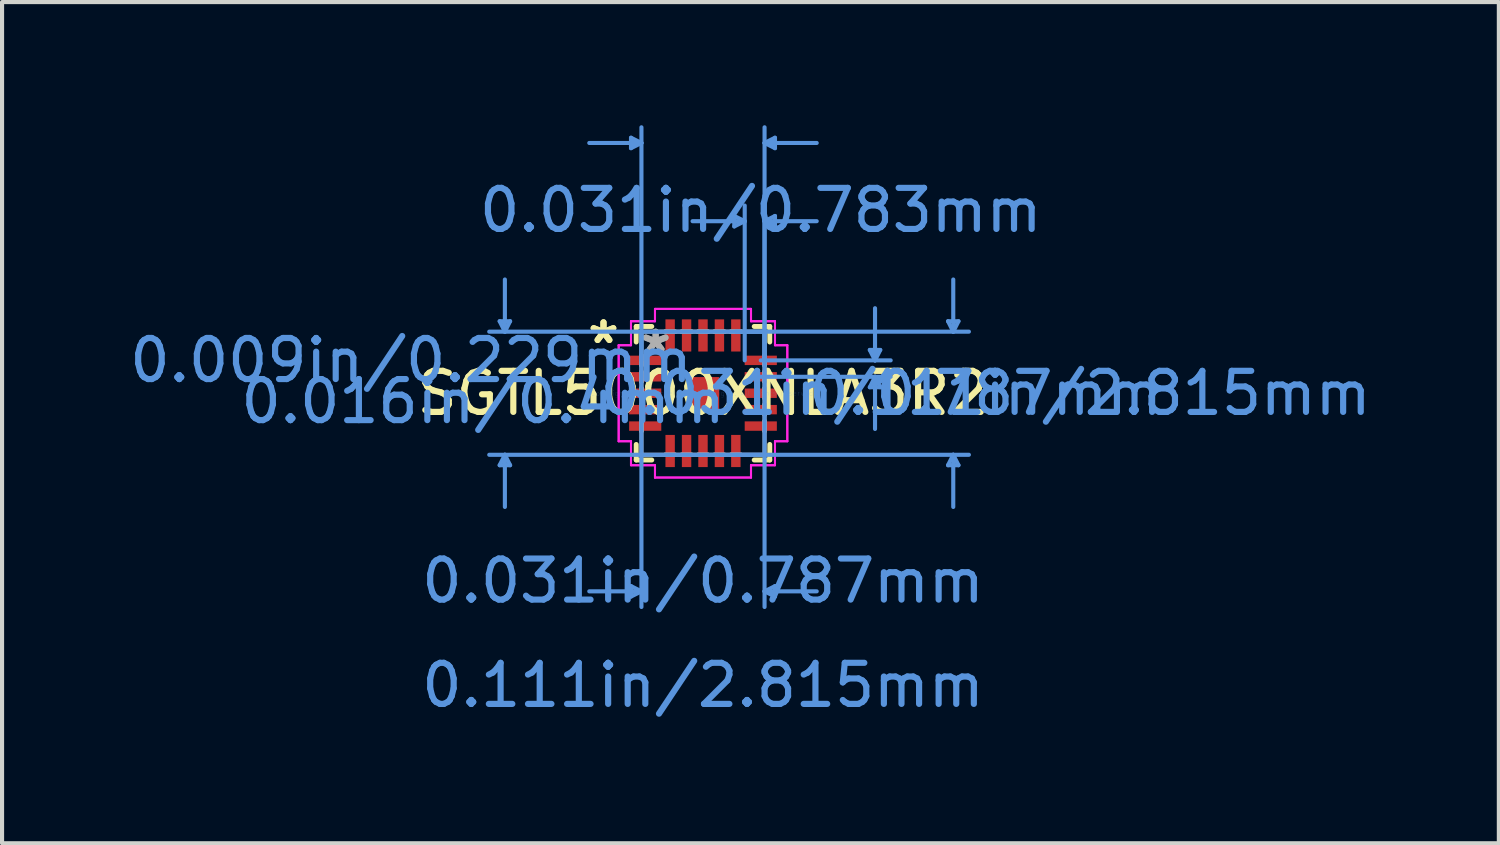
<source format=kicad_pcb>
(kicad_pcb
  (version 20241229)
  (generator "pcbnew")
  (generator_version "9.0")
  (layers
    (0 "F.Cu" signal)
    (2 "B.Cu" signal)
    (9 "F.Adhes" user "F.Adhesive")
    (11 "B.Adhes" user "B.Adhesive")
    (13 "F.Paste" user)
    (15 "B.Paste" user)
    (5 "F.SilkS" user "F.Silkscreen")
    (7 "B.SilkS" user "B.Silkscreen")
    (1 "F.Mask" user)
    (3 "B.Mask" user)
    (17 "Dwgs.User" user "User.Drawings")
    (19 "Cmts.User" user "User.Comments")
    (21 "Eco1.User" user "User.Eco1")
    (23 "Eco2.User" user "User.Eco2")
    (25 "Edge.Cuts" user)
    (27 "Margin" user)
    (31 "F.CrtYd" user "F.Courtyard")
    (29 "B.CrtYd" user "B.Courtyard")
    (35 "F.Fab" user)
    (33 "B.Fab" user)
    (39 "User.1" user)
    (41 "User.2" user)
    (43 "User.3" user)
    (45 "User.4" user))
  (footprint "SGTL5000XNLA3R2"
    (layer "F.Cu")
    (at 14.068 6.525)
    (property "Reference" "SGTL5000XNLA3R2" (at 0 0 0) (layer "F.SilkS") (effects (font (size 1 1) (thickness 0.15))))
    (attr through_hole)
    (fp_line (start -1.626 -1.626) (end -1.626 -1.247) (stroke (width 0.12) (type solid)) (layer "F.SilkS"))
    (fp_line (start -1.626 1.247) (end -1.626 1.626) (stroke (width 0.12) (type solid)) (layer "F.SilkS"))
    (fp_line (start -1.626 1.626) (end -1.247 1.626) (stroke (width 0.12) (type solid)) (layer "F.SilkS"))
    (fp_line (start -1.247 -1.626) (end -1.626 -1.626) (stroke (width 0.12) (type solid)) (layer "F.SilkS"))
    (fp_line (start 1.247 1.626) (end 1.626 1.626) (stroke (width 0.12) (type solid)) (layer "F.SilkS"))
    (fp_line (start 1.626 -1.626) (end 1.247 -1.626) (stroke (width 0.12) (type solid)) (layer "F.SilkS"))
    (fp_line (start 1.626 -1.247) (end 1.626 -1.626) (stroke (width 0.12) (type solid)) (layer "F.SilkS"))
    (fp_line (start 1.626 1.626) (end 1.626 1.247) (stroke (width 0.12) (type solid)) (layer "F.SilkS"))
    (fp_line (start -4.951 -1.753) (end -4.697 -1.753) (stroke (width 0.1) (type solid)) (layer "Cmts.User"))
    (fp_line (start -4.951 1.753) (end -4.697 1.753) (stroke (width 0.1) (type solid)) (layer "Cmts.User"))
    (fp_line (start -4.824 -1.499) (end -4.951 -1.753) (stroke (width 0.1) (type solid)) (layer "Cmts.User"))
    (fp_line (start -4.824 -1.499) (end -4.824 -2.769) (stroke (width 0.1) (type solid)) (layer "Cmts.User"))
    (fp_line (start -4.824 -1.499) (end -4.697 -1.753) (stroke (width 0.1) (type solid)) (layer "Cmts.User"))
    (fp_line (start -4.824 1.499) (end -4.951 1.753) (stroke (width 0.1) (type solid)) (layer "Cmts.User"))
    (fp_line (start -4.824 1.499) (end -4.824 2.769) (stroke (width 0.1) (type solid)) (layer "Cmts.User"))
    (fp_line (start -4.824 1.499) (end -4.697 1.753) (stroke (width 0.1) (type solid)) (layer "Cmts.User"))
    (fp_line (start -1.753 -6.221) (end -1.753 -5.967) (stroke (width 0.1) (type solid)) (layer "Cmts.User"))
    (fp_line (start -1.753 4.697) (end -1.753 4.951) (stroke (width 0.1) (type solid)) (layer "Cmts.User"))
    (fp_line (start -1.499 -6.094) (end -2.769 -6.094) (stroke (width 0.1) (type solid)) (layer "Cmts.User"))
    (fp_line (start -1.499 -6.094) (end -1.753 -6.221) (stroke (width 0.1) (type solid)) (layer "Cmts.User"))
    (fp_line (start -1.499 -6.094) (end -1.753 -5.967) (stroke (width 0.1) (type solid)) (layer "Cmts.User"))
    (fp_line (start -1.499 -1.499) (end -1.499 5.205) (stroke (width 0.1) (type solid)) (layer "Cmts.User"))
    (fp_line (start -1.499 -0.8) (end -1.499 -6.475) (stroke (width 0.1) (type solid)) (layer "Cmts.User"))
    (fp_line (start -1.499 4.824) (end -2.769 4.824) (stroke (width 0.1) (type solid)) (layer "Cmts.User"))
    (fp_line (start -1.499 4.824) (end -1.753 4.697) (stroke (width 0.1) (type solid)) (layer "Cmts.User"))
    (fp_line (start -1.499 4.824) (end -1.753 4.951) (stroke (width 0.1) (type solid)) (layer "Cmts.User"))
    (fp_line (start 0.762 -4.316) (end 0.762 -4.062) (stroke (width 0.1) (type solid)) (layer "Cmts.User"))
    (fp_line (start 0.8 -1.499) (end 6.475 -1.499) (stroke (width 0.1) (type solid)) (layer "Cmts.User"))
    (fp_line (start 0.8 1.499) (end 6.475 1.499) (stroke (width 0.1) (type solid)) (layer "Cmts.User"))
    (fp_line (start 1.016 -4.189) (end -0.254 -4.189) (stroke (width 0.1) (type solid)) (layer "Cmts.User"))
    (fp_line (start 1.016 -4.189) (end 0.762 -4.316) (stroke (width 0.1) (type solid)) (layer "Cmts.User"))
    (fp_line (start 1.016 -4.189) (end 0.762 -4.062) (stroke (width 0.1) (type solid)) (layer "Cmts.User"))
    (fp_line (start 1.016 -0.8) (end 1.016 -4.57) (stroke (width 0.1) (type solid)) (layer "Cmts.User"))
    (fp_line (start 1.407 -0.8) (end 4.57 -0.8) (stroke (width 0.1) (type solid)) (layer "Cmts.User"))
    (fp_line (start 1.407 -0.4) (end 4.57 -0.4) (stroke (width 0.1) (type solid)) (layer "Cmts.User"))
    (fp_line (start 1.499 -6.094) (end 1.753 -6.221) (stroke (width 0.1) (type solid)) (layer "Cmts.User"))
    (fp_line (start 1.499 -6.094) (end 1.753 -5.967) (stroke (width 0.1) (type solid)) (layer "Cmts.User"))
    (fp_line (start 1.499 -6.094) (end 2.769 -6.094) (stroke (width 0.1) (type solid)) (layer "Cmts.User"))
    (fp_line (start 1.499 -4.189) (end 1.753 -4.316) (stroke (width 0.1) (type solid)) (layer "Cmts.User"))
    (fp_line (start 1.499 -4.189) (end 1.753 -4.062) (stroke (width 0.1) (type solid)) (layer "Cmts.User"))
    (fp_line (start 1.499 -4.189) (end 2.769 -4.189) (stroke (width 0.1) (type solid)) (layer "Cmts.User"))
    (fp_line (start 1.499 -1.499) (end -5.205 -1.499) (stroke (width 0.1) (type solid)) (layer "Cmts.User"))
    (fp_line (start 1.499 -1.499) (end 1.499 5.205) (stroke (width 0.1) (type solid)) (layer "Cmts.User"))
    (fp_line (start 1.499 -0.8) (end 1.499 -6.475) (stroke (width 0.1) (type solid)) (layer "Cmts.User"))
    (fp_line (start 1.499 -0.8) (end 1.499 -4.57) (stroke (width 0.1) (type solid)) (layer "Cmts.User"))
    (fp_line (start 1.499 1.499) (end -5.205 1.499) (stroke (width 0.1) (type solid)) (layer "Cmts.User"))
    (fp_line (start 1.499 4.824) (end 1.753 4.697) (stroke (width 0.1) (type solid)) (layer "Cmts.User"))
    (fp_line (start 1.499 4.824) (end 1.753 4.951) (stroke (width 0.1) (type solid)) (layer "Cmts.User"))
    (fp_line (start 1.499 4.824) (end 2.769 4.824) (stroke (width 0.1) (type solid)) (layer "Cmts.User"))
    (fp_line (start 1.753 -6.221) (end 1.753 -5.967) (stroke (width 0.1) (type solid)) (layer "Cmts.User"))
    (fp_line (start 1.753 -4.316) (end 1.753 -4.062) (stroke (width 0.1) (type solid)) (layer "Cmts.User"))
    (fp_line (start 1.753 4.697) (end 1.753 4.951) (stroke (width 0.1) (type solid)) (layer "Cmts.User"))
    (fp_line (start 4.062 -1.054) (end 4.316 -1.054) (stroke (width 0.1) (type solid)) (layer "Cmts.User"))
    (fp_line (start 4.062 -0.146) (end 4.316 -0.146) (stroke (width 0.1) (type solid)) (layer "Cmts.User"))
    (fp_line (start 4.189 -0.8) (end 4.062 -1.054) (stroke (width 0.1) (type solid)) (layer "Cmts.User"))
    (fp_line (start 4.189 -0.8) (end 4.189 -2.07) (stroke (width 0.1) (type solid)) (layer "Cmts.User"))
    (fp_line (start 4.189 -0.8) (end 4.316 -1.054) (stroke (width 0.1) (type solid)) (layer "Cmts.User"))
    (fp_line (start 4.189 -0.4) (end 4.062 -0.146) (stroke (width 0.1) (type solid)) (layer "Cmts.User"))
    (fp_line (start 4.189 -0.4) (end 4.189 0.87) (stroke (width 0.1) (type solid)) (layer "Cmts.User"))
    (fp_line (start 4.189 -0.4) (end 4.316 -0.146) (stroke (width 0.1) (type solid)) (layer "Cmts.User"))
    (fp_line (start 5.967 -1.753) (end 6.221 -1.753) (stroke (width 0.1) (type solid)) (layer "Cmts.User"))
    (fp_line (start 5.967 1.753) (end 6.221 1.753) (stroke (width 0.1) (type solid)) (layer "Cmts.User"))
    (fp_line (start 6.094 -1.499) (end 5.967 -1.753) (stroke (width 0.1) (type solid)) (layer "Cmts.User"))
    (fp_line (start 6.094 -1.499) (end 6.094 -2.769) (stroke (width 0.1) (type solid)) (layer "Cmts.User"))
    (fp_line (start 6.094 -1.499) (end 6.221 -1.753) (stroke (width 0.1) (type solid)) (layer "Cmts.User"))
    (fp_line (start 6.094 1.499) (end 5.967 1.753) (stroke (width 0.1) (type solid)) (layer "Cmts.User"))
    (fp_line (start 6.094 1.499) (end 6.094 2.769) (stroke (width 0.1) (type solid)) (layer "Cmts.User"))
    (fp_line (start 6.094 1.499) (end 6.221 1.753) (stroke (width 0.1) (type solid)) (layer "Cmts.User"))
    (fp_line (start -2.053 -1.169) (end -1.753 -1.169) (stroke (width 0.05) (type solid)) (layer "F.CrtYd"))
    (fp_line (start -2.053 -1.169) (end -1.753 -1.169) (stroke (width 0.05) (type solid)) (layer "F.CrtYd"))
    (fp_line (start -2.053 1.169) (end -2.053 -1.169) (stroke (width 0.05) (type solid)) (layer "F.CrtYd"))
    (fp_line (start -2.053 1.169) (end -2.053 -1.169) (stroke (width 0.05) (type solid)) (layer "F.CrtYd"))
    (fp_line (start -1.753 -1.753) (end -1.169 -1.753) (stroke (width 0.05) (type solid)) (layer "F.CrtYd"))
    (fp_line (start -1.753 -1.753) (end -1.169 -1.753) (stroke (width 0.05) (type solid)) (layer "F.CrtYd"))
    (fp_line (start -1.753 -1.169) (end -1.753 -1.753) (stroke (width 0.05) (type solid)) (layer "F.CrtYd"))
    (fp_line (start -1.753 -1.169) (end -1.753 -1.753) (stroke (width 0.05) (type solid)) (layer "F.CrtYd"))
    (fp_line (start -1.753 1.169) (end -2.053 1.169) (stroke (width 0.05) (type solid)) (layer "F.CrtYd"))
    (fp_line (start -1.753 1.169) (end -2.053 1.169) (stroke (width 0.05) (type solid)) (layer "F.CrtYd"))
    (fp_line (start -1.753 1.753) (end -1.753 1.169) (stroke (width 0.05) (type solid)) (layer "F.CrtYd"))
    (fp_line (start -1.753 1.753) (end -1.753 1.169) (stroke (width 0.05) (type solid)) (layer "F.CrtYd"))
    (fp_line (start -1.169 -2.053) (end 1.169 -2.053) (stroke (width 0.05) (type solid)) (layer "F.CrtYd"))
    (fp_line (start -1.169 -2.053) (end 1.169 -2.053) (stroke (width 0.05) (type solid)) (layer "F.CrtYd"))
    (fp_line (start -1.169 -1.753) (end -1.169 -2.053) (stroke (width 0.05) (type solid)) (layer "F.CrtYd"))
    (fp_line (start -1.169 -1.753) (end -1.169 -2.053) (stroke (width 0.05) (type solid)) (layer "F.CrtYd"))
    (fp_line (start -1.169 1.753) (end -1.753 1.753) (stroke (width 0.05) (type solid)) (layer "F.CrtYd"))
    (fp_line (start -1.169 1.753) (end -1.753 1.753) (stroke (width 0.05) (type solid)) (layer "F.CrtYd"))
    (fp_line (start -1.169 2.053) (end -1.169 1.753) (stroke (width 0.05) (type solid)) (layer "F.CrtYd"))
    (fp_line (start -1.169 2.053) (end -1.169 1.753) (stroke (width 0.05) (type solid)) (layer "F.CrtYd"))
    (fp_line (start 1.169 -2.053) (end 1.169 -1.753) (stroke (width 0.05) (type solid)) (layer "F.CrtYd"))
    (fp_line (start 1.169 -2.053) (end 1.169 -1.753) (stroke (width 0.05) (type solid)) (layer "F.CrtYd"))
    (fp_line (start 1.169 -1.753) (end 1.753 -1.753) (stroke (width 0.05) (type solid)) (layer "F.CrtYd"))
    (fp_line (start 1.169 -1.753) (end 1.753 -1.753) (stroke (width 0.05) (type solid)) (layer "F.CrtYd"))
    (fp_line (start 1.169 1.753) (end 1.169 2.053) (stroke (width 0.05) (type solid)) (layer "F.CrtYd"))
    (fp_line (start 1.169 1.753) (end 1.169 2.053) (stroke (width 0.05) (type solid)) (layer "F.CrtYd"))
    (fp_line (start 1.169 2.053) (end -1.169 2.053) (stroke (width 0.05) (type solid)) (layer "F.CrtYd"))
    (fp_line (start 1.169 2.053) (end -1.169 2.053) (stroke (width 0.05) (type solid)) (layer "F.CrtYd"))
    (fp_line (start 1.753 -1.753) (end 1.753 -1.169) (stroke (width 0.05) (type solid)) (layer "F.CrtYd"))
    (fp_line (start 1.753 -1.753) (end 1.753 -1.169) (stroke (width 0.05) (type solid)) (layer "F.CrtYd"))
    (fp_line (start 1.753 -1.169) (end 2.053 -1.169) (stroke (width 0.05) (type solid)) (layer "F.CrtYd"))
    (fp_line (start 1.753 -1.169) (end 2.053 -1.169) (stroke (width 0.05) (type solid)) (layer "F.CrtYd"))
    (fp_line (start 1.753 1.169) (end 1.753 1.753) (stroke (width 0.05) (type solid)) (layer "F.CrtYd"))
    (fp_line (start 1.753 1.169) (end 1.753 1.753) (stroke (width 0.05) (type solid)) (layer "F.CrtYd"))
    (fp_line (start 1.753 1.753) (end 1.169 1.753) (stroke (width 0.05) (type solid)) (layer "F.CrtYd"))
    (fp_line (start 1.753 1.753) (end 1.169 1.753) (stroke (width 0.05) (type solid)) (layer "F.CrtYd"))
    (fp_line (start 2.053 -1.169) (end 2.053 1.169) (stroke (width 0.05) (type solid)) (layer "F.CrtYd"))
    (fp_line (start 2.053 -1.169) (end 2.053 1.169) (stroke (width 0.05) (type solid)) (layer "F.CrtYd"))
    (fp_line (start 2.053 1.169) (end 1.753 1.169) (stroke (width 0.05) (type solid)) (layer "F.CrtYd"))
    (fp_line (start 2.053 1.169) (end 1.753 1.169) (stroke (width 0.05) (type solid)) (layer "F.CrtYd"))
    (fp_line (start -1.499 -1.499) (end -1.499 1.499) (stroke (width 0.1) (type solid)) (layer "F.Fab"))
    (fp_line (start -1.499 -0.927) (end -1.499 -0.927) (stroke (width 0.1) (type solid)) (layer "F.Fab"))
    (fp_line (start -1.499 -0.927) (end -1.499 -0.673) (stroke (width 0.1) (type solid)) (layer "F.Fab"))
    (fp_line (start -1.499 -0.673) (end -1.499 -0.927) (stroke (width 0.1) (type solid)) (layer "F.Fab"))
    (fp_line (start -1.499 -0.673) (end -1.499 -0.673) (stroke (width 0.1) (type solid)) (layer "F.Fab"))
    (fp_line (start -1.499 -0.527) (end -1.499 -0.527) (stroke (width 0.1) (type solid)) (layer "F.Fab"))
    (fp_line (start -1.499 -0.527) (end -1.499 -0.273) (stroke (width 0.1) (type solid)) (layer "F.Fab"))
    (fp_line (start -1.499 -0.273) (end -1.499 -0.527) (stroke (width 0.1) (type solid)) (layer "F.Fab"))
    (fp_line (start -1.499 -0.273) (end -1.499 -0.273) (stroke (width 0.1) (type solid)) (layer "F.Fab"))
    (fp_line (start -1.499 -0.127) (end -1.499 -0.127) (stroke (width 0.1) (type solid)) (layer "F.Fab"))
    (fp_line (start -1.499 -0.127) (end -1.499 0.127) (stroke (width 0.1) (type solid)) (layer "F.Fab"))
    (fp_line (start -1.499 0.127) (end -1.499 -0.127) (stroke (width 0.1) (type solid)) (layer "F.Fab"))
    (fp_line (start -1.499 0.127) (end -1.499 0.127) (stroke (width 0.1) (type solid)) (layer "F.Fab"))
    (fp_line (start -1.499 0.273) (end -1.499 0.273) (stroke (width 0.1) (type solid)) (layer "F.Fab"))
    (fp_line (start -1.499 0.273) (end -1.499 0.527) (stroke (width 0.1) (type solid)) (layer "F.Fab"))
    (fp_line (start -1.499 0.527) (end -1.499 0.273) (stroke (width 0.1) (type solid)) (layer "F.Fab"))
    (fp_line (start -1.499 0.527) (end -1.499 0.527) (stroke (width 0.1) (type solid)) (layer "F.Fab"))
    (fp_line (start -1.499 0.673) (end -1.499 0.673) (stroke (width 0.1) (type solid)) (layer "F.Fab"))
    (fp_line (start -1.499 0.673) (end -1.499 0.927) (stroke (width 0.1) (type solid)) (layer "F.Fab"))
    (fp_line (start -1.499 0.927) (end -1.499 0.673) (stroke (width 0.1) (type solid)) (layer "F.Fab"))
    (fp_line (start -1.499 0.927) (end -1.499 0.927) (stroke (width 0.1) (type solid)) (layer "F.Fab"))
    (fp_line (start -1.499 1.499) (end 1.499 1.499) (stroke (width 0.1) (type solid)) (layer "F.Fab"))
    (fp_line (start -0.927 -1.499) (end -0.927 -1.499) (stroke (width 0.1) (type solid)) (layer "F.Fab"))
    (fp_line (start -0.927 -1.499) (end -0.673 -1.499) (stroke (width 0.1) (type solid)) (layer "F.Fab"))
    (fp_line (start -0.927 1.499) (end -0.927 1.499) (stroke (width 0.1) (type solid)) (layer "F.Fab"))
    (fp_line (start -0.927 1.499) (end -0.673 1.499) (stroke (width 0.1) (type solid)) (layer "F.Fab"))
    (fp_line (start -0.673 -1.499) (end -0.927 -1.499) (stroke (width 0.1) (type solid)) (layer "F.Fab"))
    (fp_line (start -0.673 -1.499) (end -0.673 -1.499) (stroke (width 0.1) (type solid)) (layer "F.Fab"))
    (fp_line (start -0.673 1.499) (end -0.927 1.499) (stroke (width 0.1) (type solid)) (layer "F.Fab"))
    (fp_line (start -0.673 1.499) (end -0.673 1.499) (stroke (width 0.1) (type solid)) (layer "F.Fab"))
    (fp_line (start -0.527 -1.499) (end -0.527 -1.499) (stroke (width 0.1) (type solid)) (layer "F.Fab"))
    (fp_line (start -0.527 -1.499) (end -0.273 -1.499) (stroke (width 0.1) (type solid)) (layer "F.Fab"))
    (fp_line (start -0.527 1.499) (end -0.527 1.499) (stroke (width 0.1) (type solid)) (layer "F.Fab"))
    (fp_line (start -0.527 1.499) (end -0.273 1.499) (stroke (width 0.1) (type solid)) (layer "F.Fab"))
    (fp_line (start -0.273 -1.499) (end -0.527 -1.499) (stroke (width 0.1) (type solid)) (layer "F.Fab"))
    (fp_line (start -0.273 -1.499) (end -0.273 -1.499) (stroke (width 0.1) (type solid)) (layer "F.Fab"))
    (fp_line (start -0.273 1.499) (end -0.527 1.499) (stroke (width 0.1) (type solid)) (layer "F.Fab"))
    (fp_line (start -0.273 1.499) (end -0.273 1.499) (stroke (width 0.1) (type solid)) (layer "F.Fab"))
    (fp_line (start -0.127 -1.499) (end -0.127 -1.499) (stroke (width 0.1) (type solid)) (layer "F.Fab"))
    (fp_line (start -0.127 -1.499) (end 0.127 -1.499) (stroke (width 0.1) (type solid)) (layer "F.Fab"))
    (fp_line (start -0.127 1.499) (end -0.127 1.499) (stroke (width 0.1) (type solid)) (layer "F.Fab"))
    (fp_line (start -0.127 1.499) (end 0.127 1.499) (stroke (width 0.1) (type solid)) (layer "F.Fab"))
    (fp_line (start 0.127 -1.499) (end -0.127 -1.499) (stroke (width 0.1) (type solid)) (layer "F.Fab"))
    (fp_line (start 0.127 -1.499) (end 0.127 -1.499) (stroke (width 0.1) (type solid)) (layer "F.Fab"))
    (fp_line (start 0.127 1.499) (end -0.127 1.499) (stroke (width 0.1) (type solid)) (layer "F.Fab"))
    (fp_line (start 0.127 1.499) (end 0.127 1.499) (stroke (width 0.1) (type solid)) (layer "F.Fab"))
    (fp_line (start 0.273 -1.499) (end 0.273 -1.499) (stroke (width 0.1) (type solid)) (layer "F.Fab"))
    (fp_line (start 0.273 -1.499) (end 0.527 -1.499) (stroke (width 0.1) (type solid)) (layer "F.Fab"))
    (fp_line (start 0.273 1.499) (end 0.273 1.499) (stroke (width 0.1) (type solid)) (layer "F.Fab"))
    (fp_line (start 0.273 1.499) (end 0.527 1.499) (stroke (width 0.1) (type solid)) (layer "F.Fab"))
    (fp_line (start 0.527 -1.499) (end 0.273 -1.499) (stroke (width 0.1) (type solid)) (layer "F.Fab"))
    (fp_line (start 0.527 -1.499) (end 0.527 -1.499) (stroke (width 0.1) (type solid)) (layer "F.Fab"))
    (fp_line (start 0.527 1.499) (end 0.273 1.499) (stroke (width 0.1) (type solid)) (layer "F.Fab"))
    (fp_line (start 0.527 1.499) (end 0.527 1.499) (stroke (width 0.1) (type solid)) (layer "F.Fab"))
    (fp_line (start 0.673 -1.499) (end 0.673 -1.499) (stroke (width 0.1) (type solid)) (layer "F.Fab"))
    (fp_line (start 0.673 -1.499) (end 0.927 -1.499) (stroke (width 0.1) (type solid)) (layer "F.Fab"))
    (fp_line (start 0.673 1.499) (end 0.673 1.499) (stroke (width 0.1) (type solid)) (layer "F.Fab"))
    (fp_line (start 0.673 1.499) (end 0.927 1.499) (stroke (width 0.1) (type solid)) (layer "F.Fab"))
    (fp_line (start 0.927 -1.499) (end 0.673 -1.499) (stroke (width 0.1) (type solid)) (layer "F.Fab"))
    (fp_line (start 0.927 -1.499) (end 0.927 -1.499) (stroke (width 0.1) (type solid)) (layer "F.Fab"))
    (fp_line (start 0.927 1.499) (end 0.673 1.499) (stroke (width 0.1) (type solid)) (layer "F.Fab"))
    (fp_line (start 0.927 1.499) (end 0.927 1.499) (stroke (width 0.1) (type solid)) (layer "F.Fab"))
    (fp_line (start 1.499 -1.499) (end -1.499 -1.499) (stroke (width 0.1) (type solid)) (layer "F.Fab"))
    (fp_line (start 1.499 -0.927) (end 1.499 -0.927) (stroke (width 0.1) (type solid)) (layer "F.Fab"))
    (fp_line (start 1.499 -0.927) (end 1.499 -0.673) (stroke (width 0.1) (type solid)) (layer "F.Fab"))
    (fp_line (start 1.499 -0.673) (end 1.499 -0.927) (stroke (width 0.1) (type solid)) (layer "F.Fab"))
    (fp_line (start 1.499 -0.673) (end 1.499 -0.673) (stroke (width 0.1) (type solid)) (layer "F.Fab"))
    (fp_line (start 1.499 -0.527) (end 1.499 -0.527) (stroke (width 0.1) (type solid)) (layer "F.Fab"))
    (fp_line (start 1.499 -0.527) (end 1.499 -0.273) (stroke (width 0.1) (type solid)) (layer "F.Fab"))
    (fp_line (start 1.499 -0.273) (end 1.499 -0.527) (stroke (width 0.1) (type solid)) (layer "F.Fab"))
    (fp_line (start 1.499 -0.273) (end 1.499 -0.273) (stroke (width 0.1) (type solid)) (layer "F.Fab"))
    (fp_line (start 1.499 -0.127) (end 1.499 -0.127) (stroke (width 0.1) (type solid)) (layer "F.Fab"))
    (fp_line (start 1.499 -0.127) (end 1.499 0.127) (stroke (width 0.1) (type solid)) (layer "F.Fab"))
    (fp_line (start 1.499 0.127) (end 1.499 -0.127) (stroke (width 0.1) (type solid)) (layer "F.Fab"))
    (fp_line (start 1.499 0.127) (end 1.499 0.127) (stroke (width 0.1) (type solid)) (layer "F.Fab"))
    (fp_line (start 1.499 0.273) (end 1.499 0.273) (stroke (width 0.1) (type solid)) (layer "F.Fab"))
    (fp_line (start 1.499 0.273) (end 1.499 0.527) (stroke (width 0.1) (type solid)) (layer "F.Fab"))
    (fp_line (start 1.499 0.527) (end 1.499 0.273) (stroke (width 0.1) (type solid)) (layer "F.Fab"))
    (fp_line (start 1.499 0.527) (end 1.499 0.527) (stroke (width 0.1) (type solid)) (layer "F.Fab"))
    (fp_line (start 1.499 0.673) (end 1.499 0.673) (stroke (width 0.1) (type solid)) (layer "F.Fab"))
    (fp_line (start 1.499 0.673) (end 1.499 0.927) (stroke (width 0.1) (type solid)) (layer "F.Fab"))
    (fp_line (start 1.499 0.927) (end 1.499 0.673) (stroke (width 0.1) (type solid)) (layer "F.Fab"))
    (fp_line (start 1.499 0.927) (end 1.499 0.927) (stroke (width 0.1) (type solid)) (layer "F.Fab"))
    (fp_line (start 1.499 1.499) (end 1.499 -1.499) (stroke (width 0.1) (type solid)) (layer "F.Fab"))
    (fp_text user "*" (at -2.423 -1.181 0) (layer "F.SilkS") (effects (font (size 1 1) (thickness 0.15))))
    (fp_text user "*" (at -2.423 -1.181 0) (layer "F.SilkS") (effects (font (size 1 1) (thickness 0.15))))
    (fp_text user "0.016in/0.4mm" (at -5.355 0.2 0) (layer "Cmts.User") (effects (font (size 1 1) (thickness 0.15))))
    (fp_text user "0.111in/2.815mm" (at 0 7.11 0) (layer "Cmts.User") (effects (font (size 1 1) (thickness 0.15))))
    (fp_text user "0.009in/0.229mm" (at -7.11 -0.8 0) (layer "Cmts.User") (effects (font (size 1 1) (thickness 0.15))))
    (fp_text user "0.031in/0.783mm" (at 1.407 -4.455 0) (layer "Cmts.User") (effects (font (size 1 1) (thickness 0.15))))
    (fp_text user "0.031in/0.787mm" (at 4.341 0 0) (layer "Cmts.User") (effects (font (size 1 1) (thickness 0.15))))
    (fp_text user "Copyright 2021 Accelerated Designs. All rights reserved." (at 0 0 0) (layer "Cmts.User") (effects (font (size 0.127 0.127) (thickness 0.002))))
    (fp_text user "0.031in/0.787mm" (at 0 4.57 0) (layer "Cmts.User") (effects (font (size 1 1) (thickness 0.15))))
    (fp_text user "0.111in/2.815mm" (at 9.421 0 0) (layer "Cmts.User") (effects (font (size 1 1) (thickness 0.15))))
    (fp_text user "*" (at -1.153 -0.952 0) (layer "F.Fab") (effects (font (size 1 1) (thickness 0.15))))
    (fp_text user "*" (at -1.153 -0.952 0) (layer "F.Fab") (effects (font (size 1 1) (thickness 0.15))))
    (pad "1" smd rect (at 0.8 -1.407) (size 0.229 0.783) (layers "F.Cu" "F.Mask" "F.Paste"))
    (pad "2" smd rect (at 0.4 -1.407) (size 0.229 0.783) (layers "F.Cu" "F.Mask" "F.Paste"))
    (pad "3" smd rect (at 0 -1.407) (size 0.229 0.783) (layers "F.Cu" "F.Mask" "F.Paste"))
    (pad "4" smd rect (at -0.4 -1.407) (size 0.229 0.783) (layers "F.Cu" "F.Mask" "F.Paste"))
    (pad "5" smd rect (at -0.8 -1.407) (size 0.229 0.783) (layers "F.Cu" "F.Mask" "F.Paste"))
    (pad "6" smd rect (at -1.407 -0.8 90) (size 0.229 0.783) (layers "F.Cu" "F.Mask" "F.Paste"))
    (pad "7" smd rect (at -1.407 -0.4 90) (size 0.229 0.783) (layers "F.Cu" "F.Mask" "F.Paste"))
    (pad "8" smd rect (at -1.407 0 90) (size 0.229 0.783) (layers "F.Cu" "F.Mask" "F.Paste"))
    (pad "9" smd rect (at -1.407 0.4 90) (size 0.229 0.783) (layers "F.Cu" "F.Mask" "F.Paste"))
    (pad "10" smd rect (at -1.407 0.8 90) (size 0.229 0.783) (layers "F.Cu" "F.Mask" "F.Paste"))
    (pad "11" smd rect (at -0.8 1.407) (size 0.229 0.783) (layers "F.Cu" "F.Mask" "F.Paste"))
    (pad "12" smd rect (at -0.4 1.407) (size 0.229 0.783) (layers "F.Cu" "F.Mask" "F.Paste"))
    (pad "13" smd rect (at 0 1.407) (size 0.229 0.783) (layers "F.Cu" "F.Mask" "F.Paste"))
    (pad "14" smd rect (at 0.4 1.407) (size 0.229 0.783) (layers "F.Cu" "F.Mask" "F.Paste"))
    (pad "15" smd rect (at 0.8 1.407) (size 0.229 0.783) (layers "F.Cu" "F.Mask" "F.Paste"))
    (pad "16" smd rect (at 1.407 0.8 90) (size 0.229 0.783) (layers "F.Cu" "F.Mask" "F.Paste"))
    (pad "17" smd rect (at 1.407 0.4 90) (size 0.229 0.783) (layers "F.Cu" "F.Mask" "F.Paste"))
    (pad "18" smd rect (at 1.407 0 90) (size 0.229 0.783) (layers "F.Cu" "F.Mask" "F.Paste"))
    (pad "19" smd rect (at 1.407 -0.4 90) (size 0.229 0.783) (layers "F.Cu" "F.Mask" "F.Paste"))
    (pad "20" smd rect (at 1.407 -0.8 90) (size 0.229 0.783) (layers "F.Cu" "F.Mask" "F.Paste"))
    (pad "HTAB" smd rect (at 0 0) (size 0.787 0.787) (layers "F.Cu" "F.Mask" "F.Paste")))
  (gr_rect
    (start -3 -3)
    (end 33.447 17.483)
    (stroke (width 0.1) (type default))
    (fill no)
    (layer "Edge.Cuts")))
</source>
